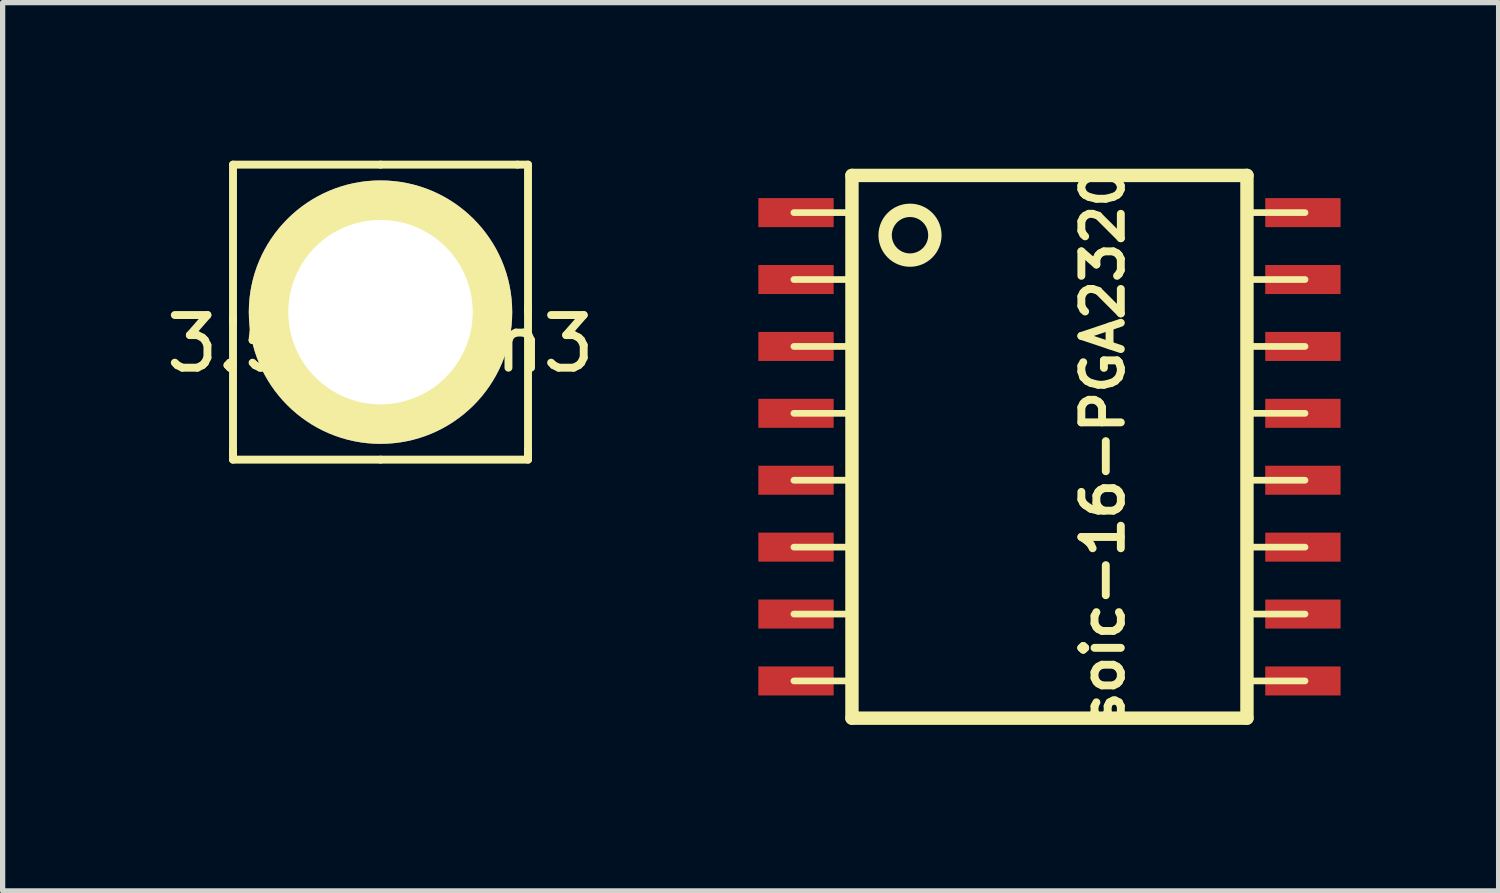
<source format=kicad_pcb>
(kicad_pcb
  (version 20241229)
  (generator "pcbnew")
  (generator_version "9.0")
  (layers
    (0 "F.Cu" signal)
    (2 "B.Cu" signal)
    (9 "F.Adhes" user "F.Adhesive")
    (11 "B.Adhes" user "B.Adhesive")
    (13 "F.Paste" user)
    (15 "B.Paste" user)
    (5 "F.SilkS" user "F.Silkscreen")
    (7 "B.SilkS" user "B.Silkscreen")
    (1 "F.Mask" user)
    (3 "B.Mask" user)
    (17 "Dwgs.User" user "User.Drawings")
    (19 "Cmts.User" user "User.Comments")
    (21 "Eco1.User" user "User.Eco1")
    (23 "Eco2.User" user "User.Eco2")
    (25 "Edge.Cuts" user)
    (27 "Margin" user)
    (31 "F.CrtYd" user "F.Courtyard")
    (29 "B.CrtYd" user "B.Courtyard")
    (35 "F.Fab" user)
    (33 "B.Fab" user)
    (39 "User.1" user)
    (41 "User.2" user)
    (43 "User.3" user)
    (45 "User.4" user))
  (footprint "soic-16-PGA2320"
    (layer "F.Cu")
    (at 16.871 5.431)
    (property "Reference" "soic-16-PGA2320" (at 1.016 0 270) (layer "F.SilkS") (effects (font (size 0.749 0.749) (thickness 0.15))))
    (attr through_hole)
    (fp_line (start -4.851 -3.175) (end -3.759 -3.175) (stroke (width 0.127) (type solid)) (layer "F.SilkS"))
    (fp_line (start -4.851 -1.905) (end -3.759 -1.905) (stroke (width 0.127) (type solid)) (layer "F.SilkS"))
    (fp_line (start -4.851 -0.635) (end -3.759 -0.635) (stroke (width 0.127) (type solid)) (layer "F.SilkS"))
    (fp_line (start -4.851 0.635) (end -3.759 0.635) (stroke (width 0.127) (type solid)) (layer "F.SilkS"))
    (fp_line (start -3.759 -4.445) (end -4.851 -4.445) (stroke (width 0.127) (type solid)) (layer "F.SilkS"))
    (fp_line (start -3.759 1.905) (end -4.851 1.905) (stroke (width 0.127) (type solid)) (layer "F.SilkS"))
    (fp_line (start -3.759 3.175) (end -4.851 3.175) (stroke (width 0.127) (type solid)) (layer "F.SilkS"))
    (fp_line (start -3.759 4.445) (end -4.851 4.445) (stroke (width 0.127) (type solid)) (layer "F.SilkS"))
    (fp_line (start -3.749 -5.151) (end -3.749 5.151) (stroke (width 0.254) (type solid)) (layer "F.SilkS"))
    (fp_line (start -3.749 5.151) (end 3.749 5.151) (stroke (width 0.254) (type solid)) (layer "F.SilkS"))
    (fp_line (start 3.749 -5.151) (end -3.749 -5.151) (stroke (width 0.254) (type solid)) (layer "F.SilkS"))
    (fp_line (start 3.749 5.151) (end 3.749 -5.151) (stroke (width 0.254) (type solid)) (layer "F.SilkS"))
    (fp_line (start 3.759 -4.445) (end 4.851 -4.445) (stroke (width 0.127) (type solid)) (layer "F.SilkS"))
    (fp_line (start 3.759 -3.175) (end 4.851 -3.175) (stroke (width 0.127) (type solid)) (layer "F.SilkS"))
    (fp_line (start 3.759 1.905) (end 4.851 1.905) (stroke (width 0.127) (type solid)) (layer "F.SilkS"))
    (fp_line (start 3.759 3.175) (end 4.851 3.175) (stroke (width 0.127) (type solid)) (layer "F.SilkS"))
    (fp_line (start 3.759 4.445) (end 4.851 4.445) (stroke (width 0.127) (type solid)) (layer "F.SilkS"))
    (fp_line (start 4.851 -1.905) (end 3.759 -1.905) (stroke (width 0.127) (type solid)) (layer "F.SilkS"))
    (fp_line (start 4.851 -0.635) (end 3.759 -0.635) (stroke (width 0.127) (type solid)) (layer "F.SilkS"))
    (fp_line (start 4.851 0.635) (end 3.759 0.635) (stroke (width 0.127) (type solid)) (layer "F.SilkS"))
    (fp_circle (center -2.647 -4.016) (end -3.028 -4.295) (stroke (width 0.254) (type solid)) (fill no) (layer "F.SilkS"))
    (pad "1" smd rect (at -4.811 -4.445 270) (size 0.551 1.43) (layers "F.Cu" "F.Mask" "F.Paste"))
    (pad "2" smd rect (at -4.811 -3.175 270) (size 0.551 1.43) (layers "F.Cu" "F.Mask" "F.Paste"))
    (pad "3" smd rect (at -4.811 -1.905 270) (size 0.551 1.43) (layers "F.Cu" "F.Mask" "F.Paste"))
    (pad "4" smd rect (at -4.811 -0.635 270) (size 0.551 1.43) (layers "F.Cu" "F.Mask" "F.Paste"))
    (pad "5" smd rect (at -4.811 0.635 270) (size 0.551 1.43) (layers "F.Cu" "F.Mask" "F.Paste"))
    (pad "6" smd rect (at -4.811 1.905 270) (size 0.551 1.43) (layers "F.Cu" "F.Mask" "F.Paste"))
    (pad "7" smd rect (at -4.811 3.175 270) (size 0.551 1.43) (layers "F.Cu" "F.Mask" "F.Paste"))
    (pad "8" smd rect (at -4.811 4.445 270) (size 0.551 1.43) (layers "F.Cu" "F.Mask" "F.Paste"))
    (pad "9" smd rect (at 4.811 4.445 270) (size 0.551 1.43) (layers "F.Cu" "F.Mask" "F.Paste"))
    (pad "10" smd rect (at 4.811 3.175 270) (size 0.551 1.43) (layers "F.Cu" "F.Mask" "F.Paste"))
    (pad "11" smd rect (at 4.811 1.905 270) (size 0.551 1.43) (layers "F.Cu" "F.Mask" "F.Paste"))
    (pad "12" smd rect (at 4.811 0.635 270) (size 0.551 1.43) (layers "F.Cu" "F.Mask" "F.Paste"))
    (pad "13" smd rect (at 4.811 -0.635 270) (size 0.551 1.43) (layers "F.Cu" "F.Mask" "F.Paste"))
    (pad "14" smd rect (at 4.811 -1.905 270) (size 0.551 1.43) (layers "F.Cu" "F.Mask" "F.Paste"))
    (pad "15" smd rect (at 4.811 -3.175 270) (size 0.551 1.43) (layers "F.Cu" "F.Mask" "F.Paste"))
    (pad "16" smd rect (at 4.811 -4.445 270) (size 0.551 1.43) (layers "F.Cu" "F.Mask" "F.Paste")))
  (footprint "3.5mm_m3"
    (layer "F.Cu")
    (at 4.173 2.975)
    (property "Reference" "3.5mm_m3" (at 0 0.5 0) (layer "F.SilkS") (effects (font (size 1 1) (thickness 0.15))))
    (attr through_hole)
    (fp_line (start -2.8 0) (end -2.8 2.6) (stroke (width 0.15) (type solid)) (layer "F.SilkS"))
    (fp_line (start -2.8 0.1) (end -2.8 -2.9) (stroke (width 0.15) (type solid)) (layer "F.SilkS"))
    (fp_line (start -2.8 2.7) (end -2.8 2.5) (stroke (width 0.15) (type solid)) (layer "F.SilkS"))
    (fp_line (start 0 -2.9) (end -2.8 -2.9) (stroke (width 0.15) (type solid)) (layer "F.SilkS"))
    (fp_line (start 0 -2.9) (end 2.6 -2.9) (stroke (width 0.15) (type solid)) (layer "F.SilkS"))
    (fp_line (start 0 2.7) (end -2.8 2.7) (stroke (width 0.15) (type solid)) (layer "F.SilkS"))
    (fp_line (start 0 2.7) (end 2.8 2.7) (stroke (width 0.15) (type solid)) (layer "F.SilkS"))
    (fp_line (start 2.6 -2.9) (end 2.8 -2.9) (stroke (width 0.15) (type solid)) (layer "F.SilkS"))
    (fp_line (start 2.8 -0.2) (end 2.8 2.6) (stroke (width 0.15) (type solid)) (layer "F.SilkS"))
    (fp_line (start 2.8 -0.1) (end 2.8 -2.9) (stroke (width 0.15) (type solid)) (layer "F.SilkS"))
    (fp_line (start 2.8 2.5) (end 2.8 2.7) (stroke (width 0.15) (type solid)) (layer "F.SilkS"))
    (pad "1" thru_hole circle (at 0 -0.1) (size 5 5) (drill 3.5) (layers "*.Cu" "*.Mask" "F.SilkS")))
  (gr_rect
    (start -3 -3)
    (end 25.397 13.861)
    (stroke (width 0.1) (type default))
    (fill no)
    (layer "Edge.Cuts")))
</source>
